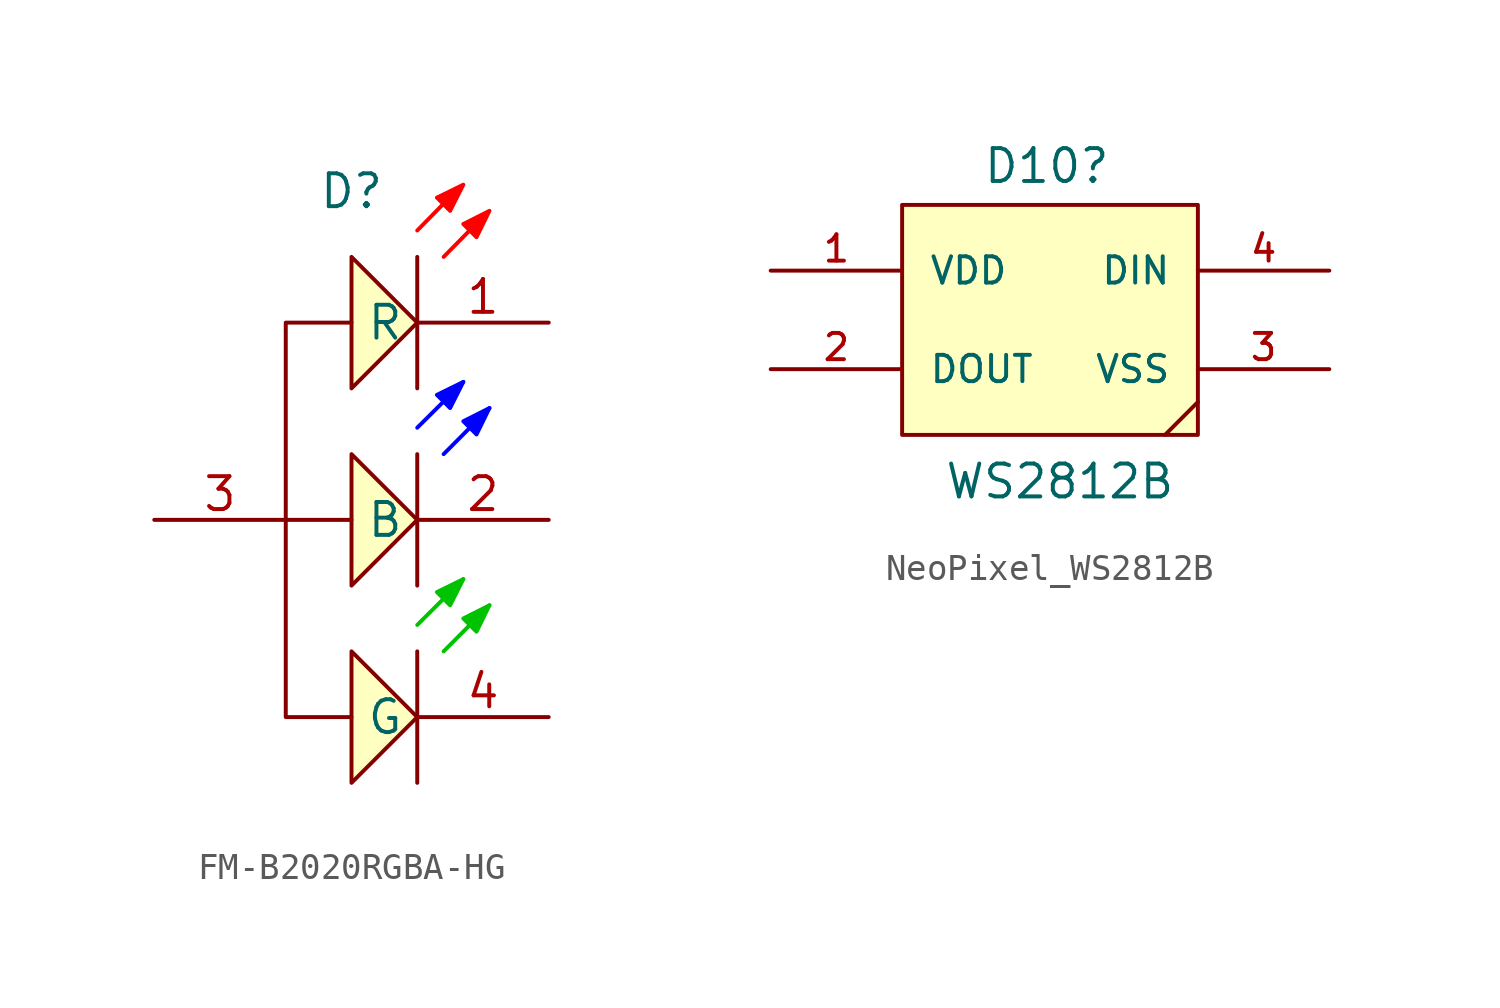
<source format=kicad_sym>
(kicad_symbol_lib
  (version 20241209)
  (generator "kicad_symbol_editor")
  (generator_version "9.0")
  (symbol "FM-B2020RGBA-HG"
    (property "Reference" "D"
      (at 0 12.7 0)
      (effects (font (size 1.27 1.27))))
    (symbol "FM-B2020RGBA-HG_0_1"
      (polyline (pts (xy 0 7.62) (xy -2.54 7.62) (xy -2.54 -7.62) (xy 0 -7.62)) (stroke (width 0) (type default)) (fill (type none)))
      (polyline (pts (xy 0 5.08) (xy 2.54 7.62) (xy 0 10.16) (xy 0 5.08)) (stroke (width 0) (type default)) (fill (type background)))
      (polyline (pts (xy 0 0) (xy -2.54 0)) (stroke (width 0) (type default)) (fill (type none)))
      (polyline (pts (xy 0 -2.54) (xy 2.54 0) (xy 0 2.54) (xy 0 -2.54)) (stroke (width 0) (type default)) (fill (type background)))
      (polyline (pts (xy 0 -10.16) (xy 2.54 -7.62) (xy 0 -5.08) (xy 0 -10.16)) (stroke (width 0) (type default)) (fill (type background)))
      (polyline (pts (xy 2.54 11.18) (xy 3.539 12.199)) (stroke (width 0) (type default) (color 255 0 0 1)) (fill (type color) (color 255 0 0 1)))
      (polyline (pts (xy 2.54 10.16) (xy 2.54 5.08)) (stroke (width 0) (type default)) (fill (type none)))
      (polyline (pts (xy 2.54 3.56) (xy 4.32 5.33)) (stroke (width 0) (type default) (color 0 0 255 1)) (fill (type color) (color 0 0 255 1)))
      (polyline (pts (xy 2.54 2.54) (xy 2.54 -2.54)) (stroke (width 0) (type default)) (fill (type none)))
      (polyline (pts (xy 2.54 -4.06) (xy 4.32 -2.29)) (stroke (width 0) (type default) (color 0 194 0 1)) (fill (type color) (color 0 194 0 1)))
      (polyline (pts (xy 2.54 -5.08) (xy 2.54 -10.16)) (stroke (width 0) (type default)) (fill (type none)))
      (polyline (pts (xy 3.56 10.16) (xy 4.562 11.179)) (stroke (width 0) (type default) (color 255 0 0 1)) (fill (type color) (color 255 0 0 1)))
      (polyline (pts (xy 3.56 2.54) (xy 5.33 4.32)) (stroke (width 0) (type default) (color 0 0 255 1)) (fill (type color) (color 0 0 255 1)))
      (polyline (pts (xy 3.56 -5.08) (xy 5.33 -3.3)) (stroke (width 0) (type default) (color 0 194 0 1)) (fill (type color) (color 0 194 0 1)))
      (polyline (pts (xy 4.32 12.95) (xy 3.3 12.45) (xy 3.81 11.94) (xy 4.32 12.95)) (stroke (width 0) (type default) (color 255 0 0 1)) (fill (type color) (color 255 0 0 1)))
      (polyline (pts (xy 4.32 5.33) (xy 3.3 4.83) (xy 3.81 4.32) (xy 4.32 5.33)) (stroke (width 0) (type default) (color 0 0 255 1)) (fill (type color) (color 0 0 255 1)))
      (polyline (pts (xy 4.32 -2.29) (xy 3.3 -2.79) (xy 3.81 -3.3) (xy 4.32 -2.29)) (stroke (width 0) (type default) (color 0 194 0 1)) (fill (type color) (color 0 194 0 1)))
      (polyline (pts (xy 5.33 11.94) (xy 4.32 11.43) (xy 4.83 10.92) (xy 5.33 11.94)) (stroke (width 0) (type default) (color 255 0 0 1)) (fill (type color) (color 255 0 0 1)))
      (polyline (pts (xy 5.33 4.32) (xy 4.32 3.81) (xy 4.83 3.3) (xy 5.33 4.32)) (stroke (width 0) (type default) (color 0 0 255 1)) (fill (type color) (color 0 0 255 1)))
      (polyline (pts (xy 5.33 -3.3) (xy 4.32 -3.81) (xy 4.83 -4.32) (xy 5.33 -3.3)) (stroke (width 0) (type default) (color 0 194 0 1)) (fill (type color) (color 0 194 0 1))))
    (symbol "FM-B2020RGBA-HG_1_1"
      (pin unspecified line (at -7.62 0 0) (length 5.08) (name "" (effects (font (size 1.27 1.27)))) (number "3" (effects (font (size 1.27 1.27)))))
      (pin unspecified line (at 7.62 7.62 180) (length 5.08) (name "R" (effects (font (size 1.27 1.27)))) (number "1" (effects (font (size 1.27 1.27)))))
      (pin unspecified line (at 7.62 0 180) (length 5.08) (name "B" (effects (font (size 1.27 1.27)))) (number "2" (effects (font (size 1.27 1.27)))))
      (pin unspecified line (at 7.62 -7.62 180) (length 5.08) (name "G" (effects (font (size 1.27 1.27)))) (number "4" (effects (font (size 1.27 1.27)))))))
  (symbol "NeoPixel_WS2812B"
    (pin_names
      (offset 1.016))
    (property "Reference" "D10"
      (at -0.762 8.382 0)
      (effects (font (size 1.27 1.27)) (justify bottom)))
    (property "Value" "WS2812B"
      (at -0.254 -3.81 0)
      (effects (font (size 1.27 1.27)) (justify bottom)))
    (property "Sim.Device" ""
      (at 0 0 0)
      (effects (font (size 1.27 1.27))))
    (property "Sim.Pins" ""
      (at 0 0 0)
      (effects (font (size 1.27 1.27))))
    (property "Sim.Type" ""
      (at 0 0 0)
      (effects (font (size 1.27 1.27))))
    (symbol "NeoPixel_WS2812B_0_1"
      (polyline (pts (xy 5.08 0) (xy 3.81 -1.27)) (stroke (width 0) (type default)) (fill (type none))))
    (symbol "NeoPixel_WS2812B_1_0"
      (rectangle (start -6.35 7.62) (end 5.08 -1.27) (stroke (width 0) (type default)) (fill (type background)))
      (pin power_in line (at -11.43 5.08 0) (length 5.08) (name "VDD" (effects (font (size 1.016 1.016)))) (number "1" (effects (font (size 1.016 1.016)))))
      (pin output line (at -11.43 1.27 0) (length 5.08) (name "DOUT" (effects (font (size 1.016 1.016)))) (number "2" (effects (font (size 1.016 1.016)))))
      (pin input line (at 10.16 5.08 180) (length 5.08) (name "DIN" (effects (font (size 1.016 1.016)))) (number "4" (effects (font (size 1.016 1.016)))))
      (pin power_in line (at 10.16 1.27 180) (length 5.08) (name "VSS" (effects (font (size 1.016 1.016)))) (number "3" (effects (font (size 1.016 1.016))))))))
</source>
